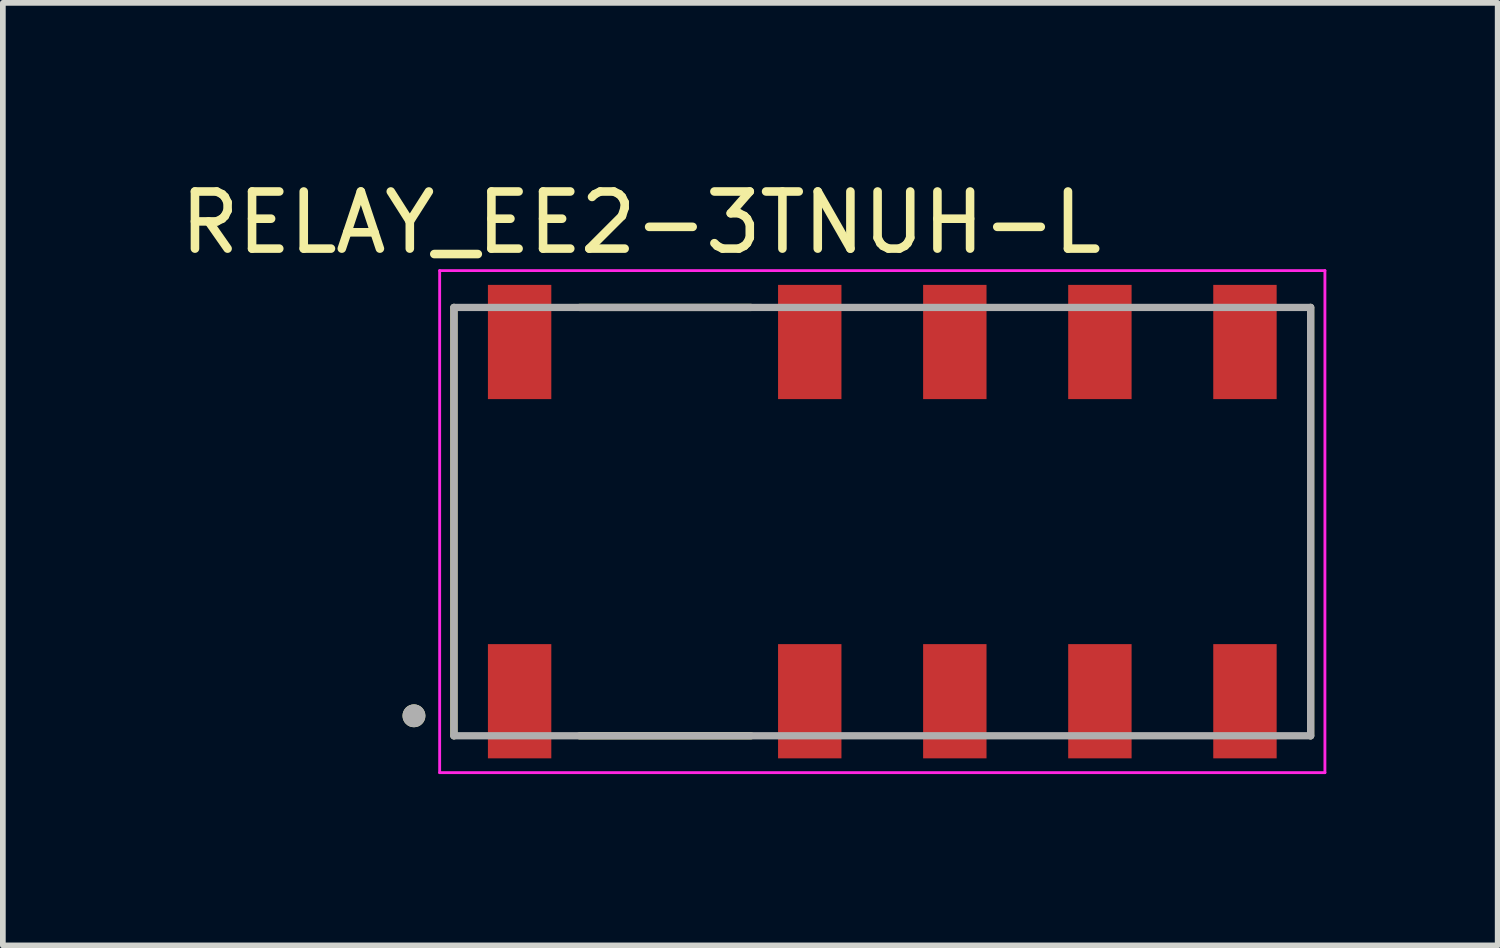
<source format=kicad_pcb>
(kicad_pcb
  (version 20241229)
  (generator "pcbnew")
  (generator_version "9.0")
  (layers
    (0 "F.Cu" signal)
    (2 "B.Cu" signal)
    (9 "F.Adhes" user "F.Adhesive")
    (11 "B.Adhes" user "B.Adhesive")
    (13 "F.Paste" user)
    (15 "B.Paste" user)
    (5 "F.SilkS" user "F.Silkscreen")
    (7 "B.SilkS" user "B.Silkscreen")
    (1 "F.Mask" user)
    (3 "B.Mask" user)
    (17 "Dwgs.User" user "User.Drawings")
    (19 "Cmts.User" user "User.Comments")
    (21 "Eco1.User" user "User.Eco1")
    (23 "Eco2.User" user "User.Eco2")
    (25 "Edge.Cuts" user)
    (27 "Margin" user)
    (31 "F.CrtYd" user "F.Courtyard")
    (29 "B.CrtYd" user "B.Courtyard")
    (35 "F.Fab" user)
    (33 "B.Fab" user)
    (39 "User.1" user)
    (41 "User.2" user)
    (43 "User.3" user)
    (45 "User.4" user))
  (footprint "RELAY_EE2-3TNUH-L"
    (layer "F.Cu")
    (at 12.398 6.083)
    (property "Reference" "RELAY_EE2-3TNUH-L" (at -4.225 -5.235 0) (layer "F.SilkS") (effects (font (size 1 1) (thickness 0.15))))
    (attr smd)
    (fp_line (start -7.5 -3.75) (end -7.5 3.75) (stroke (width 0.127) (type solid)) (layer "F.SilkS"))
    (fp_line (start -2.3 -3.75) (end -5.3 -3.75) (stroke (width 0.127) (type solid)) (layer "F.SilkS"))
    (fp_line (start -2.3 3.75) (end -5.3 3.75) (stroke (width 0.127) (type solid)) (layer "F.SilkS"))
    (fp_line (start 7.5 3.75) (end 7.5 -3.75) (stroke (width 0.127) (type solid)) (layer "F.SilkS"))
    (fp_circle (center -8.2 3.4) (end -8.1 3.4) (stroke (width 0.2) (type solid)) (fill no) (layer "F.SilkS"))
    (fp_line (start -7.75 -4.395) (end -7.75 4.395) (stroke (width 0.05) (type solid)) (layer "F.CrtYd"))
    (fp_line (start -7.75 4.395) (end 7.75 4.395) (stroke (width 0.05) (type solid)) (layer "F.CrtYd"))
    (fp_line (start 7.75 -4.395) (end -7.75 -4.395) (stroke (width 0.05) (type solid)) (layer "F.CrtYd"))
    (fp_line (start 7.75 4.395) (end 7.75 -4.395) (stroke (width 0.05) (type solid)) (layer "F.CrtYd"))
    (fp_line (start -7.5 -3.75) (end -7.5 3.75) (stroke (width 0.127) (type solid)) (layer "F.Fab"))
    (fp_line (start -7.5 3.75) (end 7.5 3.75) (stroke (width 0.127) (type solid)) (layer "F.Fab"))
    (fp_line (start 7.5 -3.75) (end -7.5 -3.75) (stroke (width 0.127) (type solid)) (layer "F.Fab"))
    (fp_line (start 7.5 3.75) (end 7.5 -3.75) (stroke (width 0.127) (type solid)) (layer "F.Fab"))
    (fp_circle (center -8.2 3.4) (end -8.1 3.4) (stroke (width 0.2) (type solid)) (fill no) (layer "F.Fab"))
    (pad "1" smd rect (at -6.35 3.145) (size 1.11 2) (layers "F.Cu" "F.Mask" "F.Paste"))
    (pad "3" smd rect (at -1.27 3.145) (size 1.11 2) (layers "F.Cu" "F.Mask" "F.Paste"))
    (pad "4" smd rect (at 1.27 3.145) (size 1.11 2) (layers "F.Cu" "F.Mask" "F.Paste"))
    (pad "5" smd rect (at 3.81 3.145) (size 1.11 2) (layers "F.Cu" "F.Mask" "F.Paste"))
    (pad "6" smd rect (at 6.35 3.145) (size 1.11 2) (layers "F.Cu" "F.Mask" "F.Paste"))
    (pad "7" smd rect (at 6.35 -3.145) (size 1.11 2) (layers "F.Cu" "F.Mask" "F.Paste"))
    (pad "8" smd rect (at 3.81 -3.145) (size 1.11 2) (layers "F.Cu" "F.Mask" "F.Paste"))
    (pad "9" smd rect (at 1.27 -3.145) (size 1.11 2) (layers "F.Cu" "F.Mask" "F.Paste"))
    (pad "10" smd rect (at -1.27 -3.145) (size 1.11 2) (layers "F.Cu" "F.Mask" "F.Paste"))
    (pad "12" smd rect (at -6.35 -3.145) (size 1.11 2) (layers "F.Cu" "F.Mask" "F.Paste")))
  (gr_rect
    (start -3 -3)
    (end 23.173 13.503)
    (stroke (width 0.1) (type default))
    (fill no)
    (layer "Edge.Cuts")))
</source>
